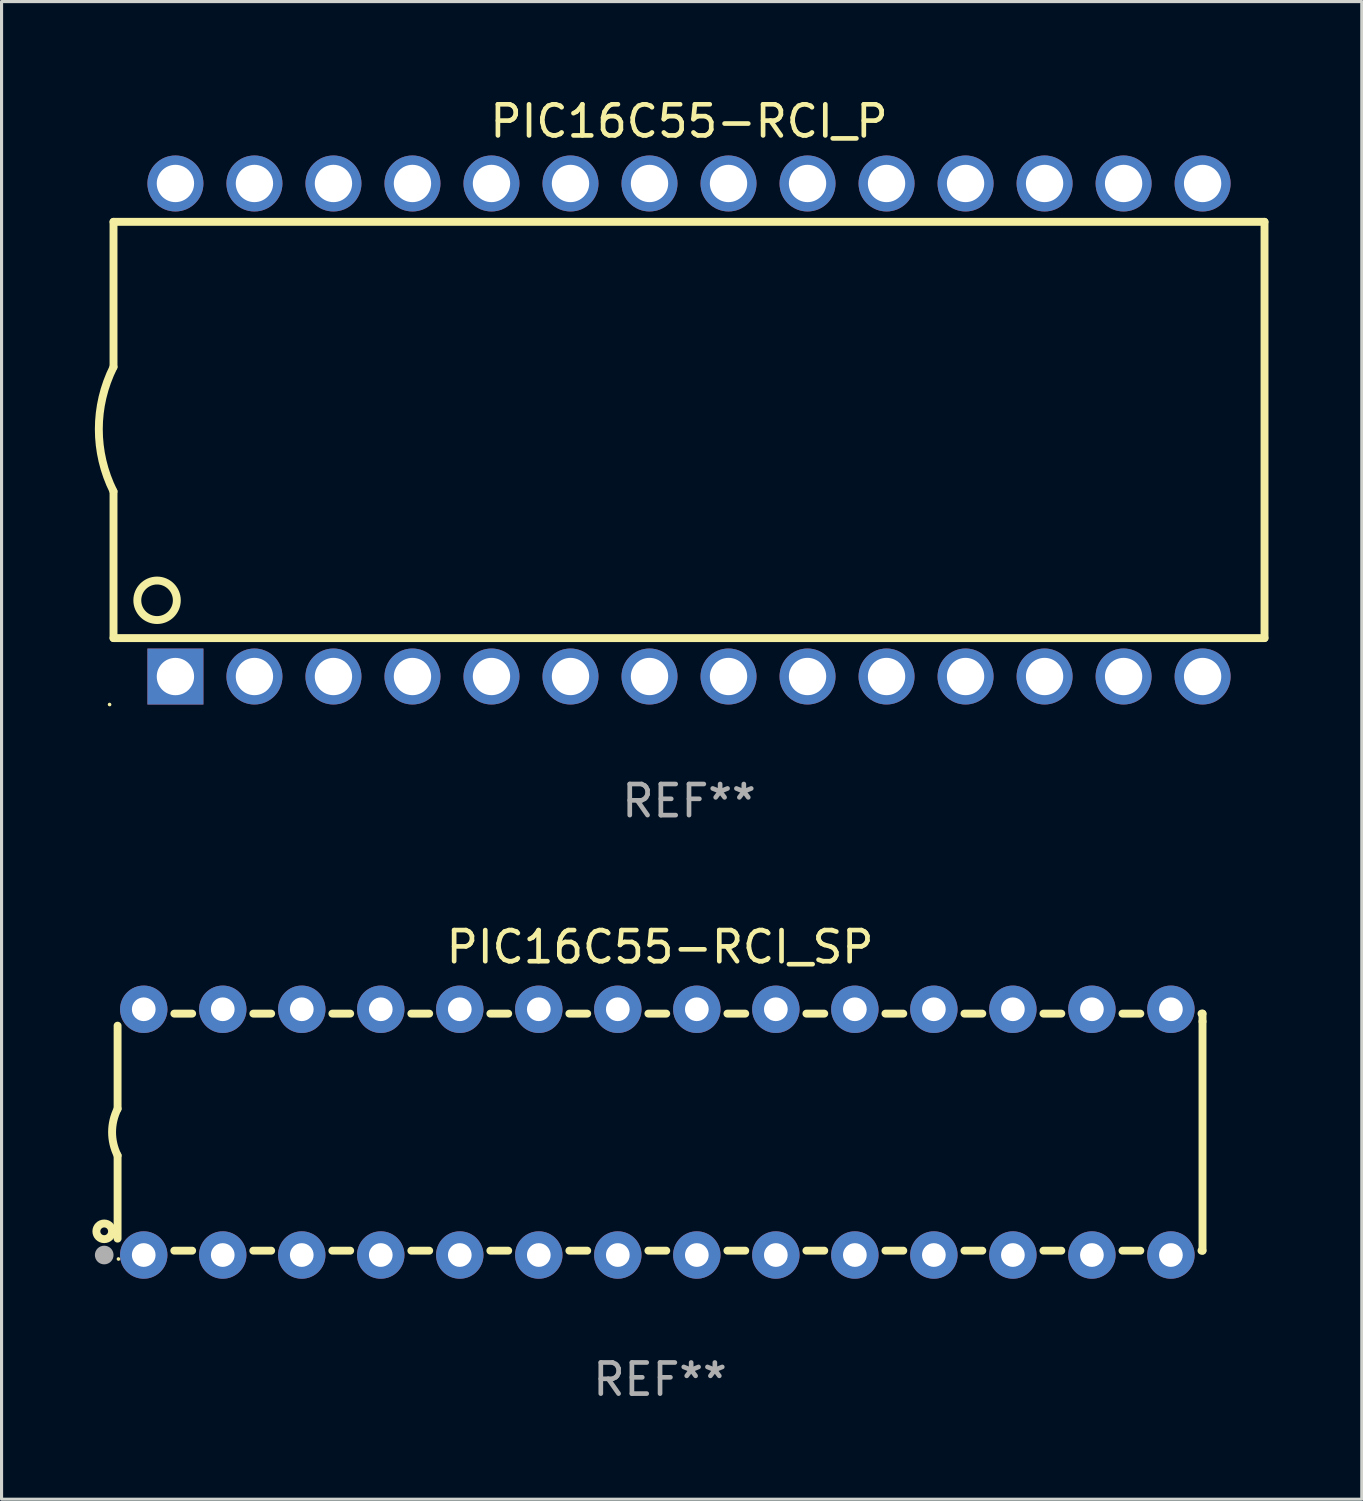
<source format=kicad_pcb>
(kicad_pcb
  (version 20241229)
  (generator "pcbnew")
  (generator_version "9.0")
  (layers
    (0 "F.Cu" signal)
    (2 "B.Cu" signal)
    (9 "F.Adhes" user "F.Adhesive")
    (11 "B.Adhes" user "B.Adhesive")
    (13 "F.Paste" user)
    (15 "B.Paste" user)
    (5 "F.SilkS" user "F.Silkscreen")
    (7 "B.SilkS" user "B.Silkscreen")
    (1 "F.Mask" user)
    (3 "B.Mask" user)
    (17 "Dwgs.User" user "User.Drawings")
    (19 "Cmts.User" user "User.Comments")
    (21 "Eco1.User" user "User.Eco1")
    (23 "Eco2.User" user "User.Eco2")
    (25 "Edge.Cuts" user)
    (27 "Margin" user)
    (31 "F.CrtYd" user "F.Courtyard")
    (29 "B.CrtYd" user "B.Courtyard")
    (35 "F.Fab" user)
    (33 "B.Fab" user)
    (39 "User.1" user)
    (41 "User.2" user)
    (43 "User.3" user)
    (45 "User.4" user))
  (footprint "PIC16C55-RCI_SP"
    (layer "F.Cu")
    (at 18.168 33.344)
    (property "Reference" "PIC16C55-RCI_SP" (at 0 -5.95 0) (layer "F.SilkS") (effects (font (size 1 1) (thickness 0.15))))
    (attr through_hole)
    (fp_line (start -17.438 0.75) (end -17.438 3.423) (stroke (width 0.254) (type solid)) (layer "F.SilkS"))
    (fp_line (start -17.438 -3.423) (end -17.438 -0.75) (stroke (width 0.254) (type solid)) (layer "F.SilkS"))
    (fp_line (start -15.615 3.81) (end -15.041 3.81) (stroke (width 0.254) (type solid)) (layer "F.SilkS"))
    (fp_line (start -15.041 -3.81) (end -15.614 -3.81) (stroke (width 0.254) (type solid)) (layer "F.SilkS"))
    (fp_line (start -13.075 3.81) (end -12.501 3.81) (stroke (width 0.254) (type solid)) (layer "F.SilkS"))
    (fp_line (start -12.501 -3.81) (end -13.074 -3.81) (stroke (width 0.254) (type solid)) (layer "F.SilkS"))
    (fp_line (start -10.535 3.81) (end -9.961 3.81) (stroke (width 0.254) (type solid)) (layer "F.SilkS"))
    (fp_line (start -9.961 -3.81) (end -10.534 -3.81) (stroke (width 0.254) (type solid)) (layer "F.SilkS"))
    (fp_line (start -7.995 3.81) (end -7.421 3.81) (stroke (width 0.254) (type solid)) (layer "F.SilkS"))
    (fp_line (start -7.421 -3.81) (end -7.995 -3.81) (stroke (width 0.254) (type solid)) (layer "F.SilkS"))
    (fp_line (start -5.455 3.81) (end -4.881 3.81) (stroke (width 0.254) (type solid)) (layer "F.SilkS"))
    (fp_line (start -4.881 -3.81) (end -5.455 -3.81) (stroke (width 0.254) (type solid)) (layer "F.SilkS"))
    (fp_line (start -2.915 3.81) (end -2.341 3.81) (stroke (width 0.254) (type solid)) (layer "F.SilkS"))
    (fp_line (start -2.341 -3.81) (end -2.915 -3.81) (stroke (width 0.254) (type solid)) (layer "F.SilkS"))
    (fp_line (start -0.375 3.81) (end 0.199 3.81) (stroke (width 0.254) (type solid)) (layer "F.SilkS"))
    (fp_line (start 0.199 -3.81) (end -0.375 -3.81) (stroke (width 0.254) (type solid)) (layer "F.SilkS"))
    (fp_line (start 2.165 3.81) (end 2.739 3.81) (stroke (width 0.254) (type solid)) (layer "F.SilkS"))
    (fp_line (start 2.739 -3.81) (end 2.165 -3.81) (stroke (width 0.254) (type solid)) (layer "F.SilkS"))
    (fp_line (start 4.705 3.81) (end 5.279 3.81) (stroke (width 0.254) (type solid)) (layer "F.SilkS"))
    (fp_line (start 5.279 -3.81) (end 4.705 -3.81) (stroke (width 0.254) (type solid)) (layer "F.SilkS"))
    (fp_line (start 7.245 3.81) (end 7.819 3.81) (stroke (width 0.254) (type solid)) (layer "F.SilkS"))
    (fp_line (start 7.819 -3.81) (end 7.245 -3.81) (stroke (width 0.254) (type solid)) (layer "F.SilkS"))
    (fp_line (start 9.785 3.81) (end 10.359 3.81) (stroke (width 0.254) (type solid)) (layer "F.SilkS"))
    (fp_line (start 10.359 -3.81) (end 9.785 -3.81) (stroke (width 0.254) (type solid)) (layer "F.SilkS"))
    (fp_line (start 12.325 3.81) (end 12.899 3.81) (stroke (width 0.254) (type solid)) (layer "F.SilkS"))
    (fp_line (start 12.899 -3.81) (end 12.325 -3.81) (stroke (width 0.254) (type solid)) (layer "F.SilkS"))
    (fp_line (start 14.865 3.81) (end 15.439 3.81) (stroke (width 0.254) (type solid)) (layer "F.SilkS"))
    (fp_line (start 15.439 -3.81) (end 14.865 -3.81) (stroke (width 0.254) (type solid)) (layer "F.SilkS"))
    (fp_line (start 17.405 3.81) (end 17.438 3.81) (stroke (width 0.254) (type solid)) (layer "F.SilkS"))
    (fp_line (start 17.438 -3.81) (end 17.405 -3.81) (stroke (width 0.254) (type solid)) (layer "F.SilkS"))
    (fp_line (start 17.438 -3.556) (end 17.438 -3.81) (stroke (width 0.254) (type solid)) (layer "F.SilkS"))
    (fp_line (start 17.438 3.81) (end 17.438 -3.556) (stroke (width 0.254) (type solid)) (layer "F.SilkS"))
    (fp_arc (start -17.437986 0.749657) (mid -17.614887 -0.000024) (end -17.437783 -0.749657) (stroke (width 0.254001) (type solid)) (layer "F.SilkS"))
    (fp_circle (center -17.868 3.188) (end -17.743 3.188) (stroke (width 0.254) (type solid)) (fill no) (layer "F.SilkS"))
    (fp_circle (center -17.411 4.077) (end -17.381 4.077) (stroke (width 0.06) (type solid)) (fill no) (layer "F.SilkS"))
    (fp_circle (center -17.868 3.95) (end -17.718 3.95) (stroke (width 0.3) (type solid)) (fill no) (layer "F.Fab"))
    (fp_text user "REF**" (at 0 7.95 0) (layer "F.Fab") (effects (font (size 1 1) (thickness 0.15))))
    (pad "1" thru_hole circle (at -16.598 3.95) (size 1.524 1.524) (drill 0.762) (layers "*.Cu" "*.Mask"))
    (pad "2" thru_hole circle (at -14.058 3.95) (size 1.524 1.524) (drill 0.762) (layers "*.Cu" "*.Mask"))
    (pad "3" thru_hole circle (at -11.518 3.95) (size 1.524 1.524) (drill 0.762) (layers "*.Cu" "*.Mask"))
    (pad "4" thru_hole circle (at -8.978 3.95) (size 1.524 1.524) (drill 0.762) (layers "*.Cu" "*.Mask"))
    (pad "5" thru_hole circle (at -6.438 3.95) (size 1.524 1.524) (drill 0.762) (layers "*.Cu" "*.Mask"))
    (pad "6" thru_hole circle (at -3.898 3.95) (size 1.524 1.524) (drill 0.762) (layers "*.Cu" "*.Mask"))
    (pad "7" thru_hole circle (at -1.358 3.95) (size 1.524 1.524) (drill 0.762) (layers "*.Cu" "*.Mask"))
    (pad "8" thru_hole circle (at 1.182 3.95) (size 1.524 1.524) (drill 0.762) (layers "*.Cu" "*.Mask"))
    (pad "9" thru_hole circle (at 3.722 3.95) (size 1.524 1.524) (drill 0.762) (layers "*.Cu" "*.Mask"))
    (pad "10" thru_hole circle (at 6.262 3.95) (size 1.524 1.524) (drill 0.762) (layers "*.Cu" "*.Mask"))
    (pad "11" thru_hole circle (at 8.802 3.95) (size 1.524 1.524) (drill 0.762) (layers "*.Cu" "*.Mask"))
    (pad "12" thru_hole circle (at 11.342 3.95) (size 1.524 1.524) (drill 0.762) (layers "*.Cu" "*.Mask"))
    (pad "13" thru_hole circle (at 13.882 3.95) (size 1.524 1.524) (drill 0.762) (layers "*.Cu" "*.Mask"))
    (pad "14" thru_hole circle (at 16.422 3.95) (size 1.524 1.524) (drill 0.762) (layers "*.Cu" "*.Mask"))
    (pad "15" thru_hole circle (at 16.422 -3.95) (size 1.524 1.524) (drill 0.762) (layers "*.Cu" "*.Mask"))
    (pad "16" thru_hole circle (at 13.882 -3.95) (size 1.524 1.524) (drill 0.762) (layers "*.Cu" "*.Mask"))
    (pad "17" thru_hole circle (at 11.342 -3.95) (size 1.524 1.524) (drill 0.762) (layers "*.Cu" "*.Mask"))
    (pad "18" thru_hole circle (at 8.802 -3.95) (size 1.524 1.524) (drill 0.762) (layers "*.Cu" "*.Mask"))
    (pad "19" thru_hole circle (at 6.262 -3.95) (size 1.524 1.524) (drill 0.762) (layers "*.Cu" "*.Mask"))
    (pad "20" thru_hole circle (at 3.722 -3.95) (size 1.524 1.524) (drill 0.762) (layers "*.Cu" "*.Mask"))
    (pad "21" thru_hole circle (at 1.182 -3.95) (size 1.524 1.524) (drill 0.762) (layers "*.Cu" "*.Mask"))
    (pad "22" thru_hole circle (at -1.358 -3.95) (size 1.524 1.524) (drill 0.762) (layers "*.Cu" "*.Mask"))
    (pad "23" thru_hole circle (at -3.898 -3.95) (size 1.524 1.524) (drill 0.762) (layers "*.Cu" "*.Mask"))
    (pad "24" thru_hole circle (at -6.438 -3.95) (size 1.524 1.524) (drill 0.762) (layers "*.Cu" "*.Mask"))
    (pad "25" thru_hole circle (at -8.978 -3.95) (size 1.524 1.524) (drill 0.762) (layers "*.Cu" "*.Mask"))
    (pad "26" thru_hole circle (at -11.517 -3.95) (size 1.524 1.524) (drill 0.762) (layers "*.Cu" "*.Mask"))
    (pad "27" thru_hole circle (at -14.057 -3.95) (size 1.524 1.524) (drill 0.762) (layers "*.Cu" "*.Mask"))
    (pad "28" thru_hole circle (at -16.597 -3.95) (size 1.524 1.524) (drill 0.762) (layers "*.Cu" "*.Mask")))
  (footprint "PIC16C55-RCI_P"
    (layer "F.Cu")
    (at 19.099 10.773)
    (property "Reference" "PIC16C55-RCI_P" (at 0 -9.925 0) (layer "F.SilkS") (effects (font (size 1 1) (thickness 0.15))))
    (attr through_hole)
    (fp_line (start -18.5 -6.692) (end -18.5 -2.026) (stroke (width 0.254) (type solid)) (layer "F.SilkS"))
    (fp_line (start -18.5 6.689) (end -18.5 1.974) (stroke (width 0.254) (type solid)) (layer "F.SilkS"))
    (fp_line (start -18.5 6.689) (end 18.5 6.689) (stroke (width 0.254) (type solid)) (layer "F.SilkS"))
    (fp_line (start 18.5 -6.692) (end -18.5 -6.692) (stroke (width 0.254) (type solid)) (layer "F.SilkS"))
    (fp_line (start 18.5 6.689) (end 18.5 -6.692) (stroke (width 0.254) (type solid)) (layer "F.SilkS"))
    (fp_arc (start -18.500051 1.974346) (mid -18.972187 -0.025654) (end -18.500051 -2.025654) (stroke (width 0.254001) (type solid)) (layer "F.SilkS"))
    (fp_circle (center -18.627 8.824) (end -18.597 8.824) (stroke (width 0.06) (type solid)) (fill no) (layer "F.SilkS"))
    (fp_circle (center -17.1 5.474) (end -16.465 5.474) (stroke (width 0.254) (type solid)) (fill no) (layer "F.SilkS"))
    (fp_text user "REF**" (at 0 11.925 0) (layer "F.Fab") (effects (font (size 1 1) (thickness 0.15))))
    (pad "1" thru_hole rect (at -16.51 7.925) (size 1.8 1.8) (drill 1.2) (layers "*.Cu" "*.Mask"))
    (pad "2" thru_hole circle (at -13.97 7.924) (size 1.8 1.8) (drill 1.2) (layers "*.Cu" "*.Mask"))
    (pad "3" thru_hole circle (at -11.43 7.924) (size 1.8 1.8) (drill 1.2) (layers "*.Cu" "*.Mask"))
    (pad "4" thru_hole circle (at -8.89 7.924) (size 1.8 1.8) (drill 1.2) (layers "*.Cu" "*.Mask"))
    (pad "5" thru_hole circle (at -6.35 7.924) (size 1.8 1.8) (drill 1.2) (layers "*.Cu" "*.Mask"))
    (pad "6" thru_hole circle (at -3.81 7.924) (size 1.8 1.8) (drill 1.2) (layers "*.Cu" "*.Mask"))
    (pad "7" thru_hole circle (at -1.27 7.924) (size 1.8 1.8) (drill 1.2) (layers "*.Cu" "*.Mask"))
    (pad "8" thru_hole circle (at 1.27 7.924) (size 1.8 1.8) (drill 1.2) (layers "*.Cu" "*.Mask"))
    (pad "9" thru_hole circle (at 3.81 7.924) (size 1.8 1.8) (drill 1.2) (layers "*.Cu" "*.Mask"))
    (pad "10" thru_hole circle (at 6.35 7.924) (size 1.8 1.8) (drill 1.2) (layers "*.Cu" "*.Mask"))
    (pad "11" thru_hole circle (at 8.89 7.924) (size 1.8 1.8) (drill 1.2) (layers "*.Cu" "*.Mask"))
    (pad "12" thru_hole circle (at 11.43 7.924) (size 1.8 1.8) (drill 1.2) (layers "*.Cu" "*.Mask"))
    (pad "13" thru_hole circle (at 13.97 7.924) (size 1.8 1.8) (drill 1.2) (layers "*.Cu" "*.Mask"))
    (pad "14" thru_hole circle (at 16.51 7.924) (size 1.8 1.8) (drill 1.2) (layers "*.Cu" "*.Mask"))
    (pad "15" thru_hole circle (at 16.51 -7.925) (size 1.8 1.8) (drill 1.2) (layers "*.Cu" "*.Mask"))
    (pad "16" thru_hole circle (at 13.97 -7.925) (size 1.8 1.8) (drill 1.2) (layers "*.Cu" "*.Mask"))
    (pad "17" thru_hole circle (at 11.43 -7.925) (size 1.8 1.8) (drill 1.2) (layers "*.Cu" "*.Mask"))
    (pad "18" thru_hole circle (at 8.89 -7.925) (size 1.8 1.8) (drill 1.2) (layers "*.Cu" "*.Mask"))
    (pad "19" thru_hole circle (at 6.35 -7.925) (size 1.8 1.8) (drill 1.2) (layers "*.Cu" "*.Mask"))
    (pad "20" thru_hole circle (at 3.81 -7.925) (size 1.8 1.8) (drill 1.2) (layers "*.Cu" "*.Mask"))
    (pad "21" thru_hole circle (at 1.27 -7.925) (size 1.8 1.8) (drill 1.2) (layers "*.Cu" "*.Mask"))
    (pad "22" thru_hole circle (at -1.27 -7.925) (size 1.8 1.8) (drill 1.2) (layers "*.Cu" "*.Mask"))
    (pad "23" thru_hole circle (at -3.81 -7.925) (size 1.8 1.8) (drill 1.2) (layers "*.Cu" "*.Mask"))
    (pad "24" thru_hole circle (at -6.35 -7.925) (size 1.8 1.8) (drill 1.2) (layers "*.Cu" "*.Mask"))
    (pad "25" thru_hole circle (at -8.89 -7.925) (size 1.8 1.8) (drill 1.2) (layers "*.Cu" "*.Mask"))
    (pad "26" thru_hole circle (at -11.43 -7.925) (size 1.8 1.8) (drill 1.2) (layers "*.Cu" "*.Mask"))
    (pad "27" thru_hole circle (at -13.97 -7.925) (size 1.8 1.8) (drill 1.2) (layers "*.Cu" "*.Mask"))
    (pad "28" thru_hole circle (at -16.51 -7.925) (size 1.8 1.8) (drill 1.2) (layers "*.Cu" "*.Mask")))
  (gr_rect
    (start -3 -3)
    (end 40.726 45.143)
    (stroke (width 0.1) (type default))
    (fill no)
    (layer "Edge.Cuts")))
</source>
